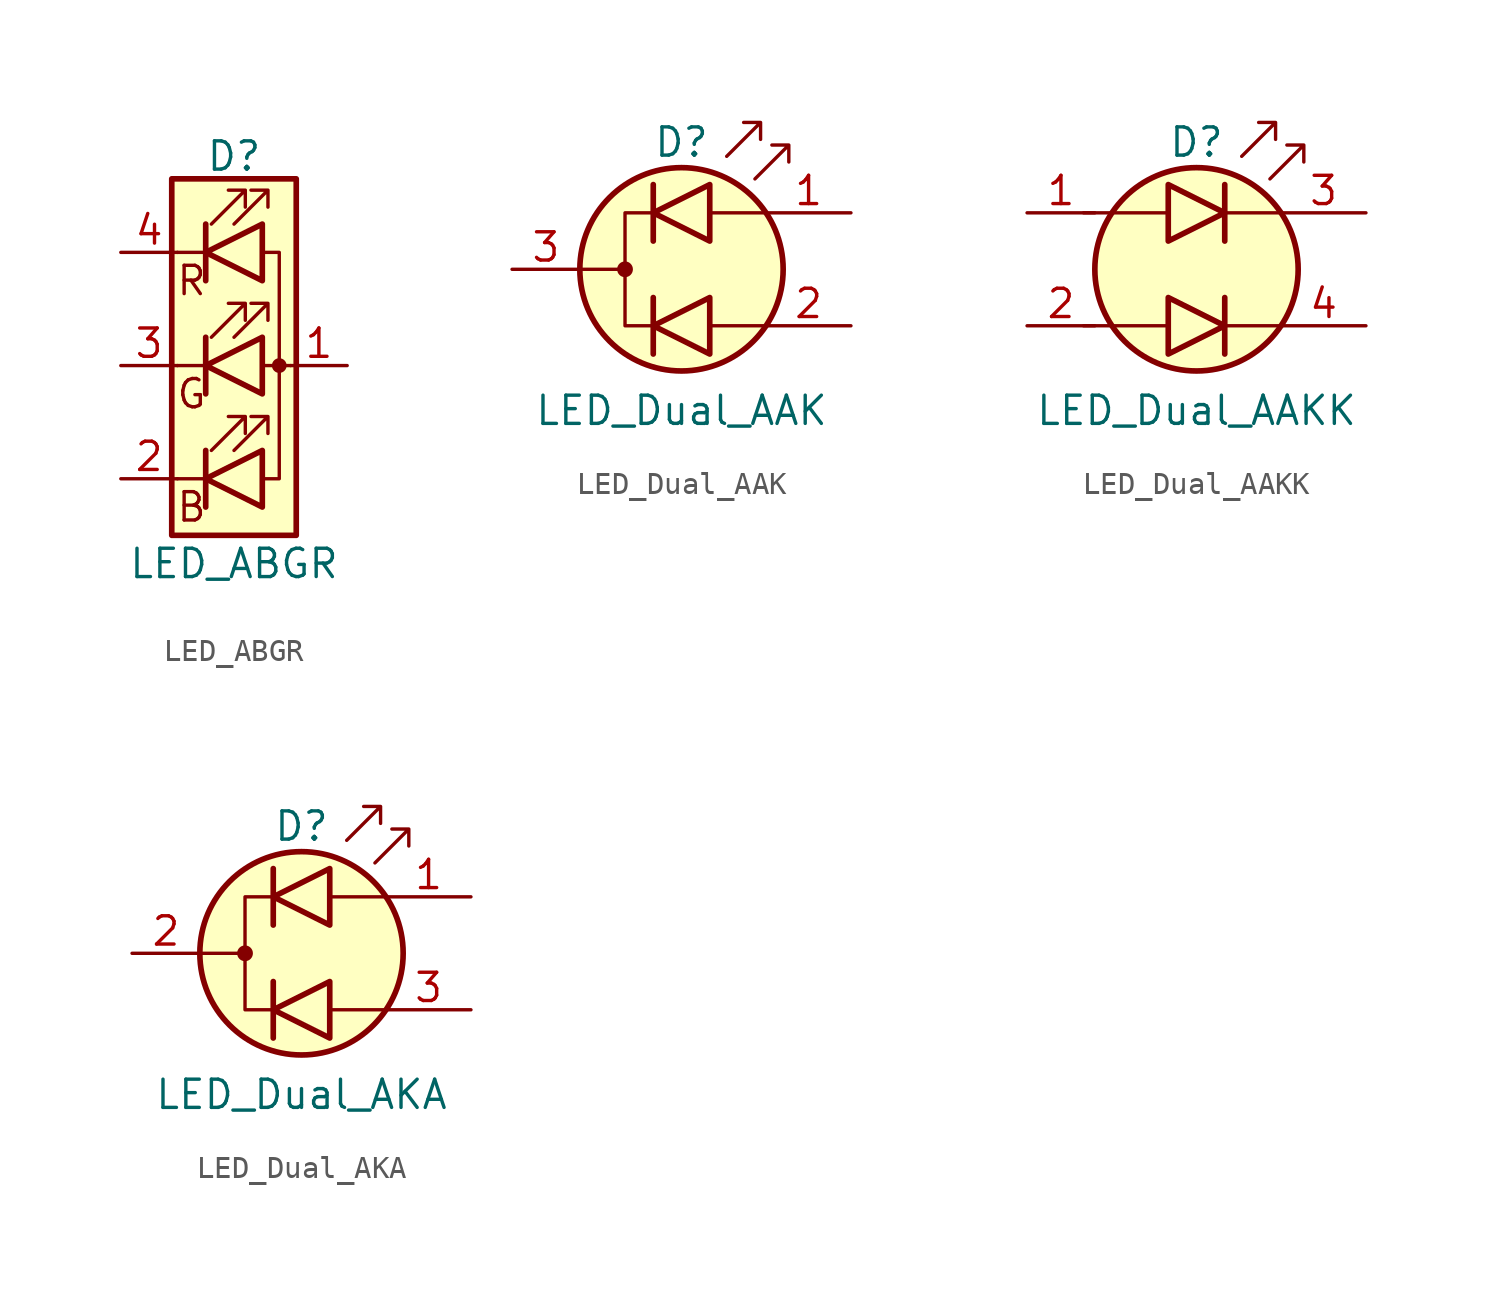
<source format=kicad_sym>
(kicad_symbol_lib
  (version 20241209)
  (generator "kicad_symbol_editor")
  (generator_version "9.0")
  (symbol "LED_ABGR"
    (pin_names
      (offset 0)
      (hide yes))
    (property "Reference" "D"
      (at 0 9.398 0)
      (effects (font (size 1.27 1.27))))
    (property "Value" "LED_ABGR"
      (at 0 -8.89 0)
      (effects (font (size 1.27 1.27))))
    (symbol "LED_ABGR_0_0"
      (text "R" (at -1.905 3.81 0) (effects (font (size 1.27 1.27))))
      (text "G" (at -1.905 -1.27 0) (effects (font (size 1.27 1.27))))
      (text "B" (at -1.905 -6.35 0) (effects (font (size 1.27 1.27)))))
    (symbol "LED_ABGR_0_1"
      (polyline (pts (xy -1.27 6.35) (xy -1.27 3.81)) (stroke (width 0.254) (type default)) (fill (type none)))
      (polyline (pts (xy -1.27 6.35) (xy -1.27 3.81) (xy -1.27 3.81)) (stroke (width 0) (type default)) (fill (type none)))
      (polyline (pts (xy -1.27 5.08) (xy -2.54 5.08)) (stroke (width 0) (type default)) (fill (type none)))
      (polyline (pts (xy -1.27 1.27) (xy -1.27 -1.27)) (stroke (width 0.254) (type default)) (fill (type none)))
      (polyline (pts (xy -1.27 1.27) (xy -1.27 -1.27) (xy -1.27 -1.27)) (stroke (width 0) (type default)) (fill (type none)))
      (polyline (pts (xy -1.27 0) (xy -2.54 0)) (stroke (width 0) (type default)) (fill (type none)))
      (polyline (pts (xy -1.27 -3.81) (xy -1.27 -6.35)) (stroke (width 0.254) (type default)) (fill (type none)))
      (polyline (pts (xy -1.27 -5.08) (xy -2.54 -5.08)) (stroke (width 0) (type default)) (fill (type none)))
      (polyline (pts (xy -1.016 6.35) (xy 0.508 7.874) (xy -0.254 7.874) (xy 0.508 7.874) (xy 0.508 7.112)) (stroke (width 0) (type default)) (fill (type none)))
      (polyline (pts (xy -1.016 1.27) (xy 0.508 2.794) (xy -0.254 2.794) (xy 0.508 2.794) (xy 0.508 2.032)) (stroke (width 0) (type default)) (fill (type none)))
      (polyline (pts (xy -1.016 -3.81) (xy 0.508 -2.286) (xy -0.254 -2.286) (xy 0.508 -2.286) (xy 0.508 -3.048)) (stroke (width 0) (type default)) (fill (type none)))
      (polyline (pts (xy 0 6.35) (xy 1.524 7.874) (xy 0.762 7.874) (xy 1.524 7.874) (xy 1.524 7.112)) (stroke (width 0) (type default)) (fill (type none)))
      (polyline (pts (xy 0 1.27) (xy 1.524 2.794) (xy 0.762 2.794) (xy 1.524 2.794) (xy 1.524 2.032)) (stroke (width 0) (type default)) (fill (type none)))
      (polyline (pts (xy 0 -3.81) (xy 1.524 -2.286) (xy 0.762 -2.286) (xy 1.524 -2.286) (xy 1.524 -3.048)) (stroke (width 0) (type default)) (fill (type none)))
      (polyline (pts (xy 1.27 6.35) (xy 1.27 3.81) (xy -1.27 5.08) (xy 1.27 6.35)) (stroke (width 0.254) (type default)) (fill (type none)))
      (rectangle (start 1.27 6.35) (end 1.27 6.35) (stroke (width 0) (type default)) (fill (type none)))
      (rectangle (start 1.27 3.81) (end 1.27 6.35) (stroke (width 0) (type default)) (fill (type none)))
      (polyline (pts (xy 1.27 1.27) (xy 1.27 -1.27) (xy -1.27 0) (xy 1.27 1.27)) (stroke (width 0.254) (type default)) (fill (type none)))
      (rectangle (start 1.27 1.27) (end 1.27 1.27) (stroke (width 0) (type default)) (fill (type none)))
      (polyline (pts (xy 1.27 0) (xy 2.54 0)) (stroke (width 0) (type default)) (fill (type none)))
      (rectangle (start 1.27 -1.27) (end 1.27 1.27) (stroke (width 0) (type default)) (fill (type none)))
      (polyline (pts (xy 1.27 -3.81) (xy 1.27 -6.35) (xy -1.27 -5.08) (xy 1.27 -3.81)) (stroke (width 0.254) (type default)) (fill (type none)))
      (polyline (pts (xy 1.27 -5.08) (xy 2.032 -5.08) (xy 2.032 5.08) (xy 1.27 5.08)) (stroke (width 0) (type default)) (fill (type none)))
      (circle (center 2.032 0) (radius 0.254) (stroke (width 0) (type default)) (fill (type outline)))
      (rectangle (start 2.794 8.382) (end -2.794 -7.62) (stroke (width 0.254) (type default)) (fill (type background))))
    (symbol "LED_ABGR_1_1"
      (pin passive line (at -5.08 5.08 0) (length 2.54) (name "RK" (effects (font (size 1.27 1.27)))) (number "4" (effects (font (size 1.27 1.27)))))
      (pin passive line (at -5.08 0 0) (length 2.54) (name "GK" (effects (font (size 1.27 1.27)))) (number "3" (effects (font (size 1.27 1.27)))))
      (pin passive line (at -5.08 -5.08 0) (length 2.54) (name "BK" (effects (font (size 1.27 1.27)))) (number "2" (effects (font (size 1.27 1.27)))))
      (pin passive line (at 5.08 0 180) (length 2.54) (name "A" (effects (font (size 1.27 1.27)))) (number "1" (effects (font (size 1.27 1.27)))))))
  (symbol "LED_Dual_AAK"
    (pin_names
      (offset 0)
      (hide yes))
    (property "Reference" "D"
      (at 0 5.715 0)
      (effects (font (size 1.27 1.27))))
    (property "Value" "LED_Dual_AAK"
      (at 0 -6.35 0)
      (effects (font (size 1.27 1.27))))
    (symbol "LED_Dual_AAK_0_1"
      (polyline (pts (xy -4.572 0) (xy -2.54 0)) (stroke (width 0) (type default)) (fill (type none)))
      (circle (center -2.54 0) (radius 0.279) (stroke (width 0) (type default)) (fill (type outline)))
      (polyline (pts (xy -1.27 2.54) (xy -2.54 2.54) (xy -2.54 -2.54) (xy -1.27 -2.54)) (stroke (width 0) (type default)) (fill (type none)))
      (polyline (pts (xy -1.27 1.27) (xy -1.27 3.81)) (stroke (width 0.254) (type default)) (fill (type none)))
      (polyline (pts (xy -1.27 -1.27) (xy -1.27 -3.81)) (stroke (width 0.254) (type default)) (fill (type none)))
      (circle (center 0 0) (radius 4.572) (stroke (width 0.254) (type default)) (fill (type background)))
      (polyline (pts (xy 1.27 1.27) (xy 1.27 3.81) (xy -1.27 2.54) (xy 1.27 1.27)) (stroke (width 0.254) (type default)) (fill (type none)))
      (polyline (pts (xy 1.27 -3.81) (xy 1.27 -1.27) (xy -1.27 -2.54) (xy 1.27 -3.81)) (stroke (width 0.254) (type default)) (fill (type none)))
      (polyline (pts (xy 2.032 5.08) (xy 3.556 6.604) (xy 2.794 6.604) (xy 3.556 6.604) (xy 3.556 5.842)) (stroke (width 0) (type default)) (fill (type none)))
      (polyline (pts (xy 3.302 4.064) (xy 4.826 5.588) (xy 4.064 5.588) (xy 4.826 5.588) (xy 4.826 4.826)) (stroke (width 0) (type default)) (fill (type none)))
      (polyline (pts (xy 3.81 2.54) (xy 1.27 2.54)) (stroke (width 0) (type default)) (fill (type none)))
      (polyline (pts (xy 3.81 -2.54) (xy 1.27 -2.54)) (stroke (width 0) (type default)) (fill (type none))))
    (symbol "LED_Dual_AAK_1_1"
      (pin input line (at -7.62 0 0) (length 3.048) (name "K" (effects (font (size 1.27 1.27)))) (number "3" (effects (font (size 1.27 1.27)))))
      (pin input line (at 7.62 2.54 180) (length 3.81) (name "A1" (effects (font (size 1.27 1.27)))) (number "1" (effects (font (size 1.27 1.27)))))
      (pin input line (at 7.62 -2.54 180) (length 3.81) (name "A2" (effects (font (size 1.27 1.27)))) (number "2" (effects (font (size 1.27 1.27)))))))
  (symbol "LED_Dual_AAKK"
    (pin_names
      (offset 0)
      (hide yes))
    (property "Reference" "D"
      (at 0 5.715 0)
      (effects (font (size 1.27 1.27))))
    (property "Value" "LED_Dual_AAKK"
      (at 0 -6.35 0)
      (effects (font (size 1.27 1.27))))
    (symbol "LED_Dual_AAKK_0_1"
      (polyline (pts (xy -5.08 2.54) (xy -1.27 2.54)) (stroke (width 0) (type default)) (fill (type none)))
      (polyline (pts (xy -5.08 -2.54) (xy -1.27 -2.54)) (stroke (width 0) (type default)) (fill (type none)))
      (polyline (pts (xy -1.27 3.81) (xy -1.27 1.27) (xy 1.27 2.54) (xy -1.27 3.81)) (stroke (width 0.254) (type default)) (fill (type none)))
      (polyline (pts (xy -1.27 -1.27) (xy -1.27 -3.81) (xy 1.27 -2.54) (xy -1.27 -1.27)) (stroke (width 0.254) (type default)) (fill (type none)))
      (circle (center 0 0) (radius 4.572) (stroke (width 0.254) (type default)) (fill (type background)))
      (polyline (pts (xy 1.27 3.81) (xy 1.27 1.27)) (stroke (width 0.254) (type default)) (fill (type none)))
      (polyline (pts (xy 1.27 -1.27) (xy 1.27 -3.81)) (stroke (width 0.254) (type default)) (fill (type none)))
      (polyline (pts (xy 2.032 5.08) (xy 3.556 6.604) (xy 2.794 6.604) (xy 3.556 6.604) (xy 3.556 5.842)) (stroke (width 0) (type default)) (fill (type none)))
      (polyline (pts (xy 3.302 4.064) (xy 4.826 5.588) (xy 4.064 5.588) (xy 4.826 5.588) (xy 4.826 4.826)) (stroke (width 0) (type default)) (fill (type none)))
      (polyline (pts (xy 3.81 2.54) (xy 1.27 2.54)) (stroke (width 0) (type default)) (fill (type none)))
      (polyline (pts (xy 3.81 -2.54) (xy 1.27 -2.54)) (stroke (width 0) (type default)) (fill (type none))))
    (symbol "LED_Dual_AAKK_1_1"
      (pin input line (at -7.62 2.54 0) (length 3.048) (name "A1" (effects (font (size 1.27 1.27)))) (number "1" (effects (font (size 1.27 1.27)))))
      (pin input line (at -7.62 -2.54 0) (length 3.048) (name "A2" (effects (font (size 1.27 1.27)))) (number "2" (effects (font (size 1.27 1.27)))))
      (pin input line (at 7.62 2.54 180) (length 3.81) (name "K1" (effects (font (size 1.27 1.27)))) (number "3" (effects (font (size 1.27 1.27)))))
      (pin input line (at 7.62 -2.54 180) (length 3.81) (name "K2" (effects (font (size 1.27 1.27)))) (number "4" (effects (font (size 1.27 1.27)))))))
  (symbol "LED_Dual_AKA"
    (pin_names
      (offset 0)
      (hide yes))
    (property "Reference" "D"
      (at 0 5.715 0)
      (effects (font (size 1.27 1.27))))
    (property "Value" "LED_Dual_AKA"
      (at 0 -6.35 0)
      (effects (font (size 1.27 1.27))))
    (symbol "LED_Dual_AKA_0_1"
      (polyline (pts (xy -4.572 0) (xy -2.54 0)) (stroke (width 0) (type default)) (fill (type none)))
      (circle (center -2.54 0) (radius 0.279) (stroke (width 0) (type default)) (fill (type outline)))
      (polyline (pts (xy -1.27 2.54) (xy -2.54 2.54) (xy -2.54 -2.54) (xy -1.27 -2.54)) (stroke (width 0) (type default)) (fill (type none)))
      (polyline (pts (xy -1.27 1.27) (xy -1.27 3.81)) (stroke (width 0.254) (type default)) (fill (type none)))
      (polyline (pts (xy -1.27 -1.27) (xy -1.27 -3.81)) (stroke (width 0.254) (type default)) (fill (type none)))
      (circle (center 0 0) (radius 4.572) (stroke (width 0.254) (type default)) (fill (type background)))
      (polyline (pts (xy 1.27 1.27) (xy 1.27 3.81) (xy -1.27 2.54) (xy 1.27 1.27)) (stroke (width 0.254) (type default)) (fill (type none)))
      (polyline (pts (xy 1.27 -3.81) (xy 1.27 -1.27) (xy -1.27 -2.54) (xy 1.27 -3.81)) (stroke (width 0.254) (type default)) (fill (type none)))
      (polyline (pts (xy 2.032 5.08) (xy 3.556 6.604) (xy 2.794 6.604) (xy 3.556 6.604) (xy 3.556 5.842)) (stroke (width 0) (type default)) (fill (type none)))
      (polyline (pts (xy 3.302 4.064) (xy 4.826 5.588) (xy 4.064 5.588) (xy 4.826 5.588) (xy 4.826 4.826)) (stroke (width 0) (type default)) (fill (type none)))
      (polyline (pts (xy 3.81 2.54) (xy 1.27 2.54)) (stroke (width 0) (type default)) (fill (type none)))
      (polyline (pts (xy 3.81 -2.54) (xy 1.27 -2.54)) (stroke (width 0) (type default)) (fill (type none))))
    (symbol "LED_Dual_AKA_1_1"
      (pin input line (at -7.62 0 0) (length 3.048) (name "K" (effects (font (size 1.27 1.27)))) (number "2" (effects (font (size 1.27 1.27)))))
      (pin input line (at 7.62 2.54 180) (length 3.81) (name "A1" (effects (font (size 1.27 1.27)))) (number "1" (effects (font (size 1.27 1.27)))))
      (pin input line (at 7.62 -2.54 180) (length 3.81) (name "A2" (effects (font (size 1.27 1.27)))) (number "3" (effects (font (size 1.27 1.27))))))))
</source>
